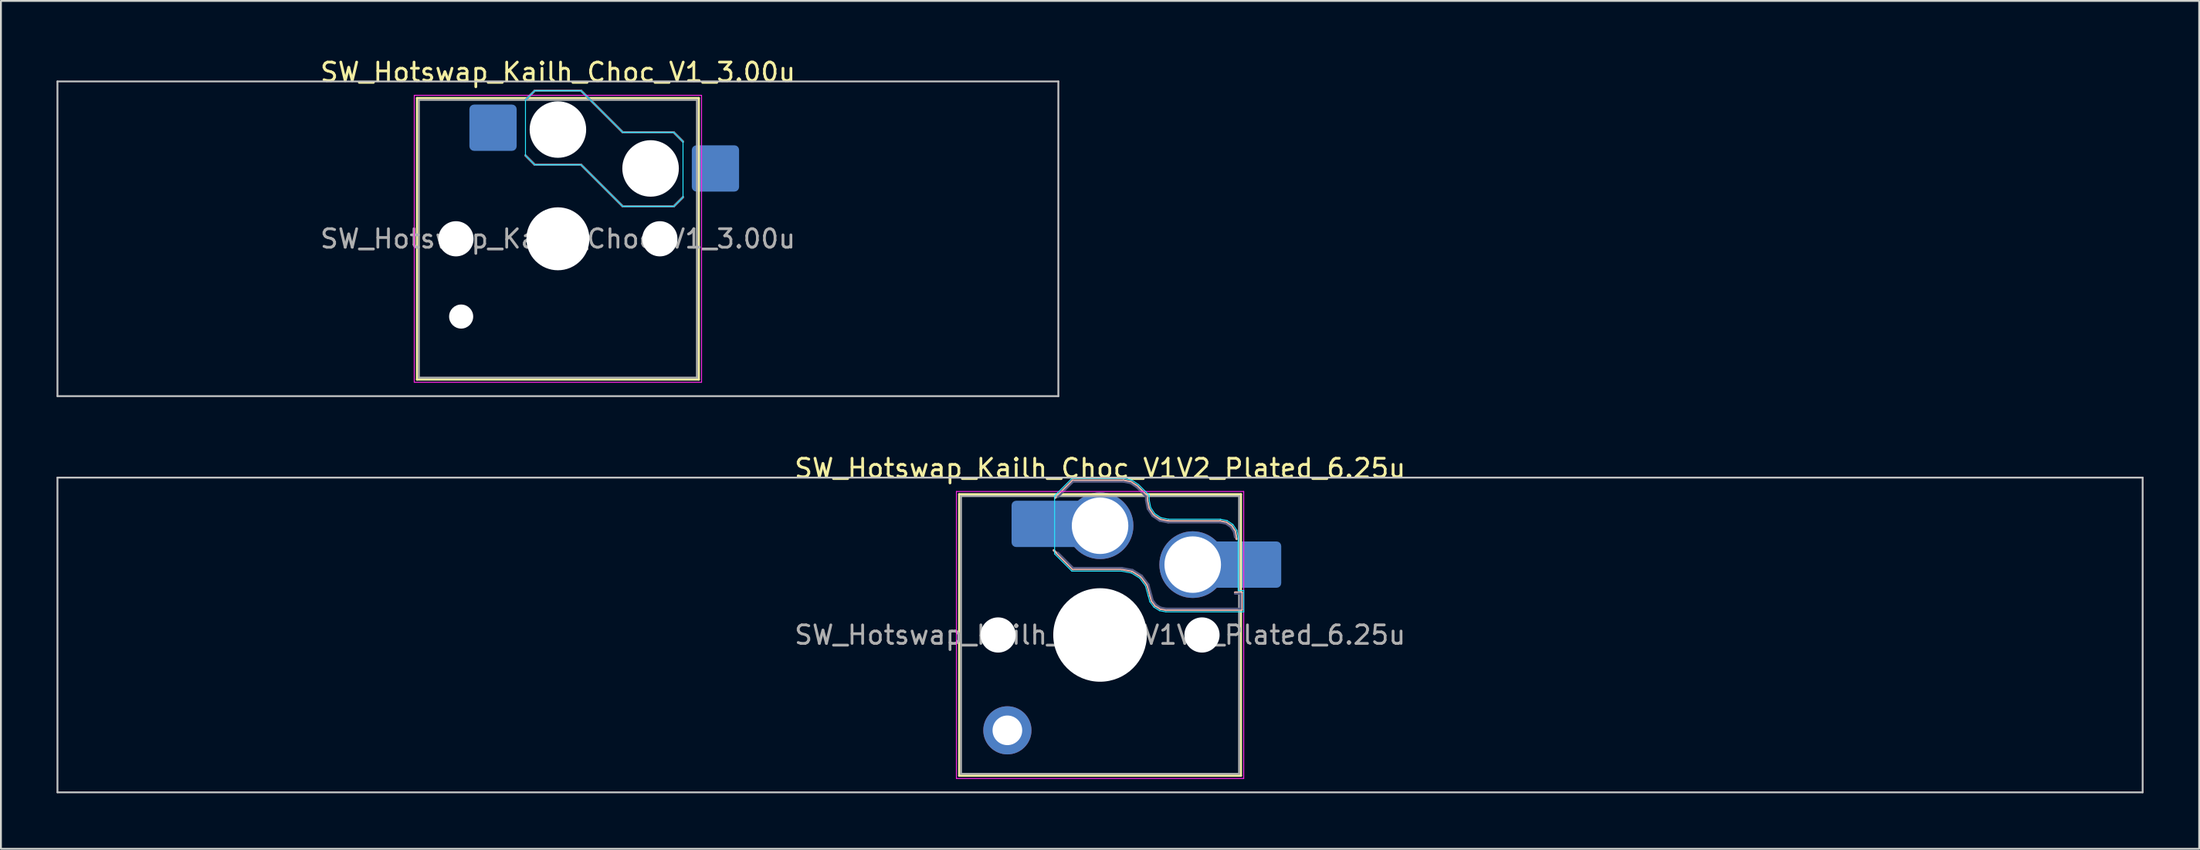
<source format=kicad_pcb>
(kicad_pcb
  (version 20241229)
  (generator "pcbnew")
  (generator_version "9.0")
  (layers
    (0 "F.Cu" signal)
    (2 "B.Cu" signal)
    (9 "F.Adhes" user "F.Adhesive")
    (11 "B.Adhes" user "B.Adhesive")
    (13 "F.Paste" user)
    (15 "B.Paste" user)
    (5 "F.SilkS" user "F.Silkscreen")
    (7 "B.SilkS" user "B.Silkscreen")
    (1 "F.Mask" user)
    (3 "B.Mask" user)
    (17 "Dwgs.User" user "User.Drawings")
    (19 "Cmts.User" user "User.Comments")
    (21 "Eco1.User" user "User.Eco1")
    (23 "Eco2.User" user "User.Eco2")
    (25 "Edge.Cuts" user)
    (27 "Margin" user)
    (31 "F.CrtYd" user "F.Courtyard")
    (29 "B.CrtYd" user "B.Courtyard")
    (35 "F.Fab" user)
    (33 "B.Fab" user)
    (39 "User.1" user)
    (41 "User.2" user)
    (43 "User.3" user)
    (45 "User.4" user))
  (footprint "SW_Hotswap_Kailh_Choc_V1_3.00u"
    (layer "F.Cu")
    (at 27.05 9.848)
    (property "Reference" "SW_Hotswap_Kailh_Choc_V1_3.00u" (at 0 -9 0) (layer "F.SilkS") (effects (font (size 1 1) (thickness 0.15))))
    (attr smd)
    (fp_line (start -7.6 -7.6) (end -7.6 7.6) (stroke (width 0.12) (type solid)) (layer "F.SilkS"))
    (fp_line (start -7.6 7.6) (end 7.6 7.6) (stroke (width 0.12) (type solid)) (layer "F.SilkS"))
    (fp_line (start 7.6 -7.6) (end -7.6 -7.6) (stroke (width 0.12) (type solid)) (layer "F.SilkS"))
    (fp_line (start 7.6 7.6) (end 7.6 -7.6) (stroke (width 0.12) (type solid)) (layer "F.SilkS"))
    (fp_line (start -1.75 -7.5) (end -1.25 -8) (stroke (width 0.12) (type solid)) (layer "B.SilkS"))
    (fp_line (start -1.25 -8) (end 1.25 -8) (stroke (width 0.12) (type solid)) (layer "B.SilkS"))
    (fp_line (start -1.25 -4) (end -1.75 -4.5) (stroke (width 0.12) (type solid)) (layer "B.SilkS"))
    (fp_line (start 1.25 -8) (end 3.5 -5.75) (stroke (width 0.12) (type solid)) (layer "B.SilkS"))
    (fp_line (start 1.25 -4) (end -1.25 -4) (stroke (width 0.12) (type solid)) (layer "B.SilkS"))
    (fp_line (start 3.5 -5.75) (end 6.25 -5.75) (stroke (width 0.12) (type solid)) (layer "B.SilkS"))
    (fp_line (start 3.5 -1.75) (end 1.25 -4) (stroke (width 0.12) (type solid)) (layer "B.SilkS"))
    (fp_line (start 6.25 -5.75) (end 6.75 -5.25) (stroke (width 0.12) (type solid)) (layer "B.SilkS"))
    (fp_line (start 6.25 -1.75) (end 3.5 -1.75) (stroke (width 0.12) (type solid)) (layer "B.SilkS"))
    (fp_line (start 6.75 -2.25) (end 6.25 -1.75) (stroke (width 0.12) (type solid)) (layer "B.SilkS"))
    (fp_line (start -27 -8.5) (end -27 8.5) (stroke (width 0.1) (type solid)) (layer "Dwgs.User"))
    (fp_line (start -27 8.5) (end 27 8.5) (stroke (width 0.1) (type solid)) (layer "Dwgs.User"))
    (fp_line (start 27 -8.5) (end -27 -8.5) (stroke (width 0.1) (type solid)) (layer "Dwgs.User"))
    (fp_line (start 27 8.5) (end 27 -8.5) (stroke (width 0.1) (type solid)) (layer "Dwgs.User"))
    (fp_line (start -7.25 -7.25) (end -7.25 7.25) (stroke (width 0.1) (type solid)) (layer "Eco1.User"))
    (fp_line (start -7.25 7.25) (end 7.25 7.25) (stroke (width 0.1) (type solid)) (layer "Eco1.User"))
    (fp_line (start 7.25 -7.25) (end -7.25 -7.25) (stroke (width 0.1) (type solid)) (layer "Eco1.User"))
    (fp_line (start 7.25 7.25) (end 7.25 -7.25) (stroke (width 0.1) (type solid)) (layer "Eco1.User"))
    (fp_line (start -1.75 -7.5) (end -1.25 -8) (stroke (width 0.05) (type solid)) (layer "B.CrtYd"))
    (fp_line (start -1.75 -4.5) (end -1.75 -7.5) (stroke (width 0.05) (type solid)) (layer "B.CrtYd"))
    (fp_line (start -1.25 -8) (end 1.25 -8) (stroke (width 0.05) (type solid)) (layer "B.CrtYd"))
    (fp_line (start -1.25 -4) (end -1.75 -4.5) (stroke (width 0.05) (type solid)) (layer "B.CrtYd"))
    (fp_line (start 1.25 -8) (end 3.5 -5.75) (stroke (width 0.05) (type solid)) (layer "B.CrtYd"))
    (fp_line (start 1.25 -4) (end -1.25 -4) (stroke (width 0.05) (type solid)) (layer "B.CrtYd"))
    (fp_line (start 3.5 -5.75) (end 6.25 -5.75) (stroke (width 0.05) (type solid)) (layer "B.CrtYd"))
    (fp_line (start 3.5 -1.75) (end 1.25 -4) (stroke (width 0.05) (type solid)) (layer "B.CrtYd"))
    (fp_line (start 6.25 -5.75) (end 6.75 -5.25) (stroke (width 0.05) (type solid)) (layer "B.CrtYd"))
    (fp_line (start 6.25 -1.75) (end 3.5 -1.75) (stroke (width 0.05) (type solid)) (layer "B.CrtYd"))
    (fp_line (start 6.75 -5.25) (end 6.75 -2.25) (stroke (width 0.05) (type solid)) (layer "B.CrtYd"))
    (fp_line (start 6.75 -2.25) (end 6.25 -1.75) (stroke (width 0.05) (type solid)) (layer "B.CrtYd"))
    (fp_line (start -7.75 -7.75) (end -7.75 7.75) (stroke (width 0.05) (type solid)) (layer "F.CrtYd"))
    (fp_line (start -7.75 7.75) (end 7.75 7.75) (stroke (width 0.05) (type solid)) (layer "F.CrtYd"))
    (fp_line (start 7.75 -7.75) (end -7.75 -7.75) (stroke (width 0.05) (type solid)) (layer "F.CrtYd"))
    (fp_line (start 7.75 7.75) (end 7.75 -7.75) (stroke (width 0.05) (type solid)) (layer "F.CrtYd"))
    (fp_line (start -1.75 -7.5) (end -1.25 -8) (stroke (width 0.1) (type solid)) (layer "B.Fab"))
    (fp_line (start -1.25 -8) (end 1.25 -8) (stroke (width 0.1) (type solid)) (layer "B.Fab"))
    (fp_line (start -1.25 -4) (end -1.75 -4.5) (stroke (width 0.1) (type solid)) (layer "B.Fab"))
    (fp_line (start 1.25 -8) (end 3.5 -5.75) (stroke (width 0.1) (type solid)) (layer "B.Fab"))
    (fp_line (start 1.25 -4) (end -1.25 -4) (stroke (width 0.1) (type solid)) (layer "B.Fab"))
    (fp_line (start 3.5 -5.75) (end 6.25 -5.75) (stroke (width 0.1) (type solid)) (layer "B.Fab"))
    (fp_line (start 3.5 -1.75) (end 1.25 -4) (stroke (width 0.1) (type solid)) (layer "B.Fab"))
    (fp_line (start 6.25 -5.75) (end 6.75 -5.25) (stroke (width 0.1) (type solid)) (layer "B.Fab"))
    (fp_line (start 6.25 -1.75) (end 3.5 -1.75) (stroke (width 0.1) (type solid)) (layer "B.Fab"))
    (fp_line (start 6.75 -2.25) (end 6.25 -1.75) (stroke (width 0.1) (type solid)) (layer "B.Fab"))
    (fp_line (start -7.5 -7.5) (end -7.5 7.5) (stroke (width 0.1) (type solid)) (layer "F.Fab"))
    (fp_line (start -7.5 7.5) (end 7.5 7.5) (stroke (width 0.1) (type solid)) (layer "F.Fab"))
    (fp_line (start 7.5 -7.5) (end -7.5 -7.5) (stroke (width 0.1) (type solid)) (layer "F.Fab"))
    (fp_line (start 7.5 7.5) (end 7.5 -7.5) (stroke (width 0.1) (type solid)) (layer "F.Fab"))
    (fp_text user "${REFERENCE}" (at 0 0 0) (layer "F.Fab") (effects (font (size 1 1) (thickness 0.15))))
    (pad "" np_thru_hole circle (at -5.5 0) (size 1.9 1.9) (drill 1.9) (layers "*.Cu" "*.Mask"))
    (pad "" np_thru_hole circle (at -5.22 4.2) (size 1.3 1.3) (drill 1.3) (layers "*.Cu" "*.Mask"))
    (pad "" np_thru_hole circle (at 0 -5.9) (size 3.05 3.05) (drill 3.05) (layers "*.Cu" "*.Mask"))
    (pad "" np_thru_hole circle (at 0 0) (size 3.4 3.4) (drill 3.4) (layers "*.Cu" "*.Mask"))
    (pad "" np_thru_hole circle (at 5 -3.8) (size 3.05 3.05) (drill 3.05) (layers "*.Cu" "*.Mask"))
    (pad "" np_thru_hole circle (at 5.5 0) (size 1.9 1.9) (drill 1.9) (layers "*.Cu" "*.Mask"))
    (pad "1" smd roundrect (at -3.5 -6) (size 2.55 2.5) (layers "B.Cu" "B.Mask" "B.Paste") (roundrect_rratio 0.1))
    (pad "2" smd roundrect (at 8.5 -3.8) (size 2.55 2.5) (layers "B.Cu" "B.Mask" "B.Paste") (roundrect_rratio 0.1)))
  (footprint "SW_Hotswap_Kailh_Choc_V1V2_Plated_6.25u"
    (layer "F.Cu")
    (at 56.3 31.247)
    (property "Reference" "SW_Hotswap_Kailh_Choc_V1V2_Plated_6.25u" (at 0 -9 0) (layer "F.SilkS") (effects (font (size 1 1) (thickness 0.15))))
    (attr smd)
    (fp_line (start -7.6 -7.6) (end -7.6 7.6) (stroke (width 0.12) (type solid)) (layer "F.SilkS"))
    (fp_line (start -7.6 7.6) (end 7.6 7.6) (stroke (width 0.12) (type solid)) (layer "F.SilkS"))
    (fp_line (start 7.6 -7.6) (end -7.6 -7.6) (stroke (width 0.12) (type solid)) (layer "F.SilkS"))
    (fp_line (start 7.6 7.6) (end 7.6 -7.6) (stroke (width 0.12) (type solid)) (layer "F.SilkS"))
    (fp_line (start -2.416 -7.409) (end -1.479 -8.346) (stroke (width 0.12) (type solid)) (layer "B.SilkS"))
    (fp_line (start -1.479 -8.346) (end 1.268 -8.346) (stroke (width 0.12) (type solid)) (layer "B.SilkS"))
    (fp_line (start -1.479 -3.554) (end -2.5 -4.575) (stroke (width 0.12) (type solid)) (layer "B.SilkS"))
    (fp_line (start 1.168 -3.554) (end -1.479 -3.554) (stroke (width 0.12) (type solid)) (layer "B.SilkS"))
    (fp_line (start 1.268 -8.346) (end 1.671 -8.266) (stroke (width 0.12) (type solid)) (layer "B.SilkS"))
    (fp_line (start 1.671 -8.266) (end 2.013 -8.037) (stroke (width 0.12) (type solid)) (layer "B.SilkS"))
    (fp_line (start 1.73 -3.449) (end 1.168 -3.554) (stroke (width 0.12) (type solid)) (layer "B.SilkS"))
    (fp_line (start 2.013 -8.037) (end 2.546 -7.504) (stroke (width 0.12) (type solid)) (layer "B.SilkS"))
    (fp_line (start 2.209 -3.15) (end 1.73 -3.449) (stroke (width 0.12) (type solid)) (layer "B.SilkS"))
    (fp_line (start 2.546 -7.504) (end 2.546 -7.282) (stroke (width 0.12) (type solid)) (layer "B.SilkS"))
    (fp_line (start 2.546 -7.282) (end 2.633 -6.844) (stroke (width 0.12) (type solid)) (layer "B.SilkS"))
    (fp_line (start 2.547 -2.697) (end 2.209 -3.15) (stroke (width 0.12) (type solid)) (layer "B.SilkS"))
    (fp_line (start 2.633 -6.844) (end 2.877 -6.477) (stroke (width 0.12) (type solid)) (layer "B.SilkS"))
    (fp_line (start 2.701 -2.139) (end 2.547 -2.697) (stroke (width 0.12) (type solid)) (layer "B.SilkS"))
    (fp_line (start 2.783 -1.841) (end 2.701 -2.139) (stroke (width 0.12) (type solid)) (layer "B.SilkS"))
    (fp_line (start 2.877 -6.477) (end 3.244 -6.233) (stroke (width 0.12) (type solid)) (layer "B.SilkS"))
    (fp_line (start 2.976 -1.583) (end 2.783 -1.841) (stroke (width 0.12) (type solid)) (layer "B.SilkS"))
    (fp_line (start 3.244 -6.233) (end 3.682 -6.146) (stroke (width 0.12) (type solid)) (layer "B.SilkS"))
    (fp_line (start 3.25 -1.413) (end 2.976 -1.583) (stroke (width 0.12) (type solid)) (layer "B.SilkS"))
    (fp_line (start 3.56 -1.354) (end 3.25 -1.413) (stroke (width 0.12) (type solid)) (layer "B.SilkS"))
    (fp_line (start 3.682 -6.146) (end 6.482 -6.146) (stroke (width 0.12) (type solid)) (layer "B.SilkS"))
    (fp_line (start 6.482 -6.146) (end 6.809 -6.081) (stroke (width 0.12) (type solid)) (layer "B.SilkS"))
    (fp_line (start 6.809 -6.081) (end 7.092 -5.892) (stroke (width 0.12) (type solid)) (layer "B.SilkS"))
    (fp_line (start 7.092 -5.892) (end 7.281 -5.609) (stroke (width 0.12) (type solid)) (layer "B.SilkS"))
    (fp_line (start 7.281 -5.609) (end 7.366 -5.182) (stroke (width 0.12) (type solid)) (layer "B.SilkS"))
    (fp_line (start 7.283 -2.296) (end 7.646 -2.296) (stroke (width 0.12) (type solid)) (layer "B.SilkS"))
    (fp_line (start 7.646 -2.296) (end 7.646 -1.354) (stroke (width 0.12) (type solid)) (layer "B.SilkS"))
    (fp_line (start 7.646 -1.354) (end 3.56 -1.354) (stroke (width 0.12) (type solid)) (layer "B.SilkS"))
    (fp_line (start -56.25 -8.5) (end -56.25 8.5) (stroke (width 0.1) (type solid)) (layer "Dwgs.User"))
    (fp_line (start -56.25 8.5) (end 56.25 8.5) (stroke (width 0.1) (type solid)) (layer "Dwgs.User"))
    (fp_line (start 56.25 -8.5) (end -56.25 -8.5) (stroke (width 0.1) (type solid)) (layer "Dwgs.User"))
    (fp_line (start 56.25 8.5) (end 56.25 -8.5) (stroke (width 0.1) (type solid)) (layer "Dwgs.User"))
    (fp_line (start -7.25 -7.25) (end -7.25 7.25) (stroke (width 0.1) (type solid)) (layer "Eco1.User"))
    (fp_line (start -7.25 7.25) (end 7.25 7.25) (stroke (width 0.1) (type solid)) (layer "Eco1.User"))
    (fp_line (start 7.25 -7.25) (end -7.25 -7.25) (stroke (width 0.1) (type solid)) (layer "Eco1.User"))
    (fp_line (start 7.25 7.25) (end 7.25 -7.25) (stroke (width 0.1) (type solid)) (layer "Eco1.User"))
    (fp_line (start -2.452 -7.523) (end -1.523 -8.452) (stroke (width 0.05) (type solid)) (layer "B.CrtYd"))
    (fp_line (start -2.452 -4.377) (end -2.452 -7.523) (stroke (width 0.05) (type solid)) (layer "B.CrtYd"))
    (fp_line (start -1.523 -8.452) (end 1.278 -8.452) (stroke (width 0.05) (type solid)) (layer "B.CrtYd"))
    (fp_line (start -1.523 -3.448) (end -2.452 -4.377) (stroke (width 0.05) (type solid)) (layer "B.CrtYd"))
    (fp_line (start 1.159 -3.448) (end -1.523 -3.448) (stroke (width 0.05) (type solid)) (layer "B.CrtYd"))
    (fp_line (start 1.278 -8.452) (end 1.712 -8.366) (stroke (width 0.05) (type solid)) (layer "B.CrtYd"))
    (fp_line (start 1.691 -3.348) (end 1.159 -3.448) (stroke (width 0.05) (type solid)) (layer "B.CrtYd"))
    (fp_line (start 1.712 -8.366) (end 2.081 -8.119) (stroke (width 0.05) (type solid)) (layer "B.CrtYd"))
    (fp_line (start 2.081 -8.119) (end 2.652 -7.548) (stroke (width 0.05) (type solid)) (layer "B.CrtYd"))
    (fp_line (start 2.136 -3.071) (end 1.691 -3.348) (stroke (width 0.05) (type solid)) (layer "B.CrtYd"))
    (fp_line (start 2.45 -2.65) (end 2.136 -3.071) (stroke (width 0.05) (type solid)) (layer "B.CrtYd"))
    (fp_line (start 2.599 -2.111) (end 2.45 -2.65) (stroke (width 0.05) (type solid)) (layer "B.CrtYd"))
    (fp_line (start 2.652 -7.548) (end 2.652 -7.292) (stroke (width 0.05) (type solid)) (layer "B.CrtYd"))
    (fp_line (start 2.652 -7.292) (end 2.733 -6.885) (stroke (width 0.05) (type solid)) (layer "B.CrtYd"))
    (fp_line (start 2.687 -1.794) (end 2.599 -2.111) (stroke (width 0.05) (type solid)) (layer "B.CrtYd"))
    (fp_line (start 2.733 -6.885) (end 2.953 -6.553) (stroke (width 0.05) (type solid)) (layer "B.CrtYd"))
    (fp_line (start 2.903 -1.503) (end 2.687 -1.794) (stroke (width 0.05) (type solid)) (layer "B.CrtYd"))
    (fp_line (start 2.953 -6.553) (end 3.285 -6.333) (stroke (width 0.05) (type solid)) (layer "B.CrtYd"))
    (fp_line (start 3.211 -1.312) (end 2.903 -1.503) (stroke (width 0.05) (type solid)) (layer "B.CrtYd"))
    (fp_line (start 3.285 -6.333) (end 3.692 -6.252) (stroke (width 0.05) (type solid)) (layer "B.CrtYd"))
    (fp_line (start 3.55 -1.248) (end 3.211 -1.312) (stroke (width 0.05) (type solid)) (layer "B.CrtYd"))
    (fp_line (start 3.692 -6.252) (end 6.492 -6.252) (stroke (width 0.05) (type solid)) (layer "B.CrtYd"))
    (fp_line (start 6.492 -6.252) (end 6.85 -6.181) (stroke (width 0.05) (type solid)) (layer "B.CrtYd"))
    (fp_line (start 6.85 -6.181) (end 7.168 -5.968) (stroke (width 0.05) (type solid)) (layer "B.CrtYd"))
    (fp_line (start 7.168 -5.968) (end 7.381 -5.65) (stroke (width 0.05) (type solid)) (layer "B.CrtYd"))
    (fp_line (start 7.381 -5.65) (end 7.452 -5.292) (stroke (width 0.05) (type solid)) (layer "B.CrtYd"))
    (fp_line (start 7.452 -5.292) (end 7.452 -2.402) (stroke (width 0.05) (type solid)) (layer "B.CrtYd"))
    (fp_line (start 7.452 -2.402) (end 7.752 -2.402) (stroke (width 0.05) (type solid)) (layer "B.CrtYd"))
    (fp_line (start 7.752 -2.402) (end 7.752 -1.248) (stroke (width 0.05) (type solid)) (layer "B.CrtYd"))
    (fp_line (start 7.752 -1.248) (end 3.55 -1.248) (stroke (width 0.05) (type solid)) (layer "B.CrtYd"))
    (fp_line (start -7.75 -7.75) (end -7.75 7.75) (stroke (width 0.05) (type solid)) (layer "F.CrtYd"))
    (fp_line (start -7.75 7.75) (end 7.75 7.75) (stroke (width 0.05) (type solid)) (layer "F.CrtYd"))
    (fp_line (start 7.75 -7.75) (end -7.75 -7.75) (stroke (width 0.05) (type solid)) (layer "F.CrtYd"))
    (fp_line (start 7.75 7.75) (end 7.75 -7.75) (stroke (width 0.05) (type solid)) (layer "F.CrtYd"))
    (fp_line (start -2.275 -7.45) (end -1.45 -8.275) (stroke (width 0.1) (type solid)) (layer "B.Fab"))
    (fp_line (start -1.45 -8.275) (end 1.261 -8.275) (stroke (width 0.1) (type solid)) (layer "B.Fab"))
    (fp_line (start -1.45 -3.625) (end -2.275 -4.45) (stroke (width 0.1) (type solid)) (layer "B.Fab"))
    (fp_line (start 1.175 -3.625) (end -1.45 -3.625) (stroke (width 0.1) (type solid)) (layer "B.Fab"))
    (fp_line (start 1.261 -8.275) (end 1.643 -8.199) (stroke (width 0.1) (type solid)) (layer "B.Fab"))
    (fp_line (start 1.643 -8.199) (end 1.968 -7.982) (stroke (width 0.1) (type solid)) (layer "B.Fab"))
    (fp_line (start 1.756 -3.516) (end 1.175 -3.625) (stroke (width 0.1) (type solid)) (layer "B.Fab"))
    (fp_line (start 1.968 -7.982) (end 2.475 -7.475) (stroke (width 0.1) (type solid)) (layer "B.Fab"))
    (fp_line (start 2.258 -3.203) (end 1.756 -3.516) (stroke (width 0.1) (type solid)) (layer "B.Fab"))
    (fp_line (start 2.475 -7.475) (end 2.475 -7.275) (stroke (width 0.1) (type solid)) (layer "B.Fab"))
    (fp_line (start 2.475 -7.275) (end 2.566 -6.816) (stroke (width 0.1) (type solid)) (layer "B.Fab"))
    (fp_line (start 2.566 -6.816) (end 2.826 -6.426) (stroke (width 0.1) (type solid)) (layer "B.Fab"))
    (fp_line (start 2.612 -2.729) (end 2.258 -3.203) (stroke (width 0.1) (type solid)) (layer "B.Fab"))
    (fp_line (start 2.769 -2.158) (end 2.612 -2.729) (stroke (width 0.1) (type solid)) (layer "B.Fab"))
    (fp_line (start 2.826 -6.426) (end 3.216 -6.166) (stroke (width 0.1) (type solid)) (layer "B.Fab"))
    (fp_line (start 2.848 -1.873) (end 2.769 -2.158) (stroke (width 0.1) (type solid)) (layer "B.Fab"))
    (fp_line (start 3.025 -1.636) (end 2.848 -1.873) (stroke (width 0.1) (type solid)) (layer "B.Fab"))
    (fp_line (start 3.216 -6.166) (end 3.675 -6.075) (stroke (width 0.1) (type solid)) (layer "B.Fab"))
    (fp_line (start 3.276 -1.48) (end 3.025 -1.636) (stroke (width 0.1) (type solid)) (layer "B.Fab"))
    (fp_line (start 3.567 -1.425) (end 3.276 -1.48) (stroke (width 0.1) (type solid)) (layer "B.Fab"))
    (fp_line (start 3.675 -6.075) (end 6.475 -6.075) (stroke (width 0.1) (type solid)) (layer "B.Fab"))
    (fp_line (start 6.475 -6.075) (end 6.781 -6.014) (stroke (width 0.1) (type solid)) (layer "B.Fab"))
    (fp_line (start 6.781 -6.014) (end 7.041 -5.841) (stroke (width 0.1) (type solid)) (layer "B.Fab"))
    (fp_line (start 7.041 -5.841) (end 7.214 -5.581) (stroke (width 0.1) (type solid)) (layer "B.Fab"))
    (fp_line (start 7.214 -5.581) (end 7.275 -5.275) (stroke (width 0.1) (type solid)) (layer "B.Fab"))
    (fp_line (start 7.275 -2.225) (end 7.575 -2.225) (stroke (width 0.1) (type solid)) (layer "B.Fab"))
    (fp_line (start 7.575 -2.225) (end 7.575 -1.425) (stroke (width 0.1) (type solid)) (layer "B.Fab"))
    (fp_line (start 7.575 -1.425) (end 3.567 -1.425) (stroke (width 0.1) (type solid)) (layer "B.Fab"))
    (fp_line (start -7.5 -7.5) (end -7.5 7.5) (stroke (width 0.1) (type solid)) (layer "F.Fab"))
    (fp_line (start -7.5 7.5) (end 7.5 7.5) (stroke (width 0.1) (type solid)) (layer "F.Fab"))
    (fp_line (start 7.5 -7.5) (end -7.5 -7.5) (stroke (width 0.1) (type solid)) (layer "F.Fab"))
    (fp_line (start 7.5 7.5) (end 7.5 -7.5) (stroke (width 0.1) (type solid)) (layer "F.Fab"))
    (fp_text user "${REFERENCE}" (at 0 0 0) (layer "F.Fab") (effects (font (size 1 1) (thickness 0.15))))
    (pad "" np_thru_hole circle (at -5.5 0) (size 1.9 1.9) (drill 1.9) (layers "*.Cu" "*.Mask"))
    (pad "" smd circle (at -5 5.15) (size 1.65 1.65) (layers "F.Mask"))
    (pad "" thru_hole circle (at -5 5.15) (size 2.6 2.6) (drill 1.6) (layers "*.Cu" "B.Mask"))
    (pad "" smd roundrect (at -3.5 -6) (size 2.55 2.5) (layers "B.Mask" "B.Paste") (roundrect_rratio 0.1))
    (pad "" smd circle (at 0 -5.9) (size 3.1 3.1) (layers "F.Mask"))
    (pad "" np_thru_hole circle (at 0 0) (size 5.05 5.05) (drill 5.05) (layers "*.Cu" "*.Mask"))
    (pad "" smd circle (at 5 -3.8) (size 3.1 3.1) (layers "F.Mask"))
    (pad "" np_thru_hole circle (at 5.5 0) (size 1.9 1.9) (drill 1.9) (layers "*.Cu" "*.Mask"))
    (pad "" smd roundrect (at 8.5 -3.8) (size 2.55 2.5) (layers "B.Mask" "B.Paste") (roundrect_rratio 0.1))
    (pad "1" smd roundrect (at -2.85 -6) (size 3.85 2.5) (layers "B.Cu") (roundrect_rratio 0.1))
    (pad "1" thru_hole circle (at 0 -5.9) (size 3.6 3.6) (drill 3.05) (layers "*.Cu" "B.Mask"))
    (pad "2" thru_hole circle (at 5 -3.8) (size 3.6 3.6) (drill 3.05) (layers "*.Cu" "B.Mask"))
    (pad "2" smd roundrect (at 7.85 -3.8) (size 3.85 2.5) (layers "B.Cu") (roundrect_rratio 0.1)))
  (gr_rect
    (start -3 -3)
    (end 115.6 42.797)
    (stroke (width 0.1) (type default))
    (fill no)
    (layer "Edge.Cuts")))
</source>
